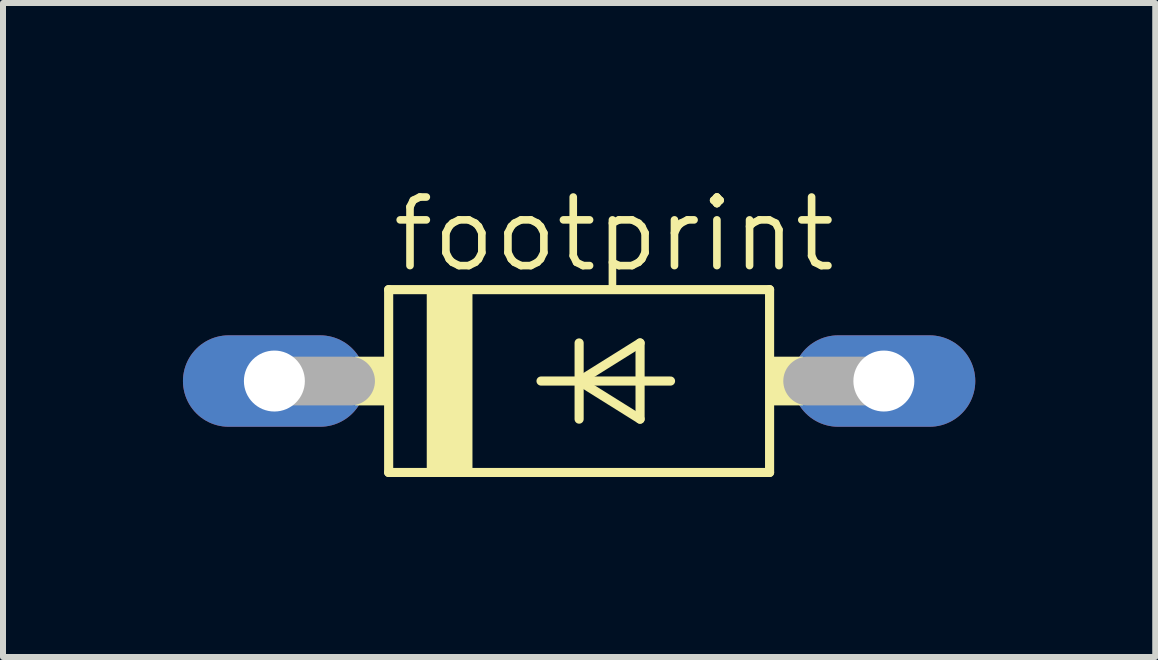
<source format=kicad_pcb>
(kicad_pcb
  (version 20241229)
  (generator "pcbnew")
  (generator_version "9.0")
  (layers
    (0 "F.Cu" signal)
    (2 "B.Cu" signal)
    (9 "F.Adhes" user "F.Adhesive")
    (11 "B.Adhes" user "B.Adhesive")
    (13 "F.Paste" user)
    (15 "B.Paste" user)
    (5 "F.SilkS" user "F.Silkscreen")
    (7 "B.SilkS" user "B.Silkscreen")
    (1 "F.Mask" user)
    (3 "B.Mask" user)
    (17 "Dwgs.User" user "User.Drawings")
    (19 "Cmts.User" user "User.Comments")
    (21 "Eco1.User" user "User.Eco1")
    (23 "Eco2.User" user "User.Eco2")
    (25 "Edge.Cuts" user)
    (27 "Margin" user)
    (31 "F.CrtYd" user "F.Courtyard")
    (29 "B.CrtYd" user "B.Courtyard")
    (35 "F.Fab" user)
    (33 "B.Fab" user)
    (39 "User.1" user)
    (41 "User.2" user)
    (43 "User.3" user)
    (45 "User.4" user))
  (footprint "footprint"
    (layer "F.Cu")
    (at 6.604 3.302)
    (property "Reference" "footprint" (at -3.175 -1.778 0) (layer "F.SilkS") (effects (font (size 1.143 1.143) (thickness 0.127)) (justify left bottom)))
    (fp_line (start -3.175 -1.524) (end -3.175 1.524) (stroke (width 0.152) (type solid)) (layer "F.SilkS"))
    (fp_line (start -3.175 1.524) (end 3.175 1.524) (stroke (width 0.152) (type solid)) (layer "F.SilkS"))
    (fp_line (start -0.635 0) (end 0 0) (stroke (width 0.152) (type solid)) (layer "F.SilkS"))
    (fp_line (start 0 -0.635) (end 0 0) (stroke (width 0.152) (type solid)) (layer "F.SilkS"))
    (fp_line (start 0 0) (end 0 0.635) (stroke (width 0.152) (type solid)) (layer "F.SilkS"))
    (fp_line (start 0 0) (end 1.016 -0.635) (stroke (width 0.152) (type solid)) (layer "F.SilkS"))
    (fp_line (start 0 0) (end 1.524 0) (stroke (width 0.152) (type solid)) (layer "F.SilkS"))
    (fp_line (start 1.016 -0.635) (end 1.016 0.635) (stroke (width 0.152) (type solid)) (layer "F.SilkS"))
    (fp_line (start 1.016 0.635) (end 0 0) (stroke (width 0.152) (type solid)) (layer "F.SilkS"))
    (fp_line (start 3.175 -1.524) (end -3.175 -1.524) (stroke (width 0.152) (type solid)) (layer "F.SilkS"))
    (fp_line (start 3.175 1.524) (end 3.175 -1.524) (stroke (width 0.152) (type solid)) (layer "F.SilkS"))
    (fp_poly (pts (xy -3.734 0.406) (xy -3.175 0.406) (xy -3.175 -0.406) (xy -3.734 -0.406)) (stroke (width 0) (type solid)) (fill yes) (layer "F.SilkS"))
    (fp_poly (pts (xy -2.54 1.524) (xy -1.778 1.524) (xy -1.778 -1.524) (xy -2.54 -1.524)) (stroke (width 0) (type solid)) (fill yes) (layer "F.SilkS"))
    (fp_poly (pts (xy 3.175 0.406) (xy 3.734 0.406) (xy 3.734 -0.406) (xy 3.175 -0.406)) (stroke (width 0) (type solid)) (fill yes) (layer "F.SilkS"))
    (fp_line (start -5.08 0) (end -3.81 0) (stroke (width 0.813) (type solid)) (layer "F.Fab"))
    (fp_line (start 5.08 0) (end 3.81 0) (stroke (width 0.813) (type solid)) (layer "F.Fab"))
    (pad "A" thru_hole oval (at 5.08 0) (size 3.048 1.524) (drill 1.016) (layers "*.Cu" "*.Mask"))
    (pad "C" thru_hole oval (at -5.08 0) (size 3.048 1.524) (drill 1.016) (layers "*.Cu" "*.Mask")))
  (gr_rect
    (start -3 -3)
    (end 16.208 7.902)
    (stroke (width 0.1) (type default))
    (fill no)
    (layer "Edge.Cuts")))
</source>
